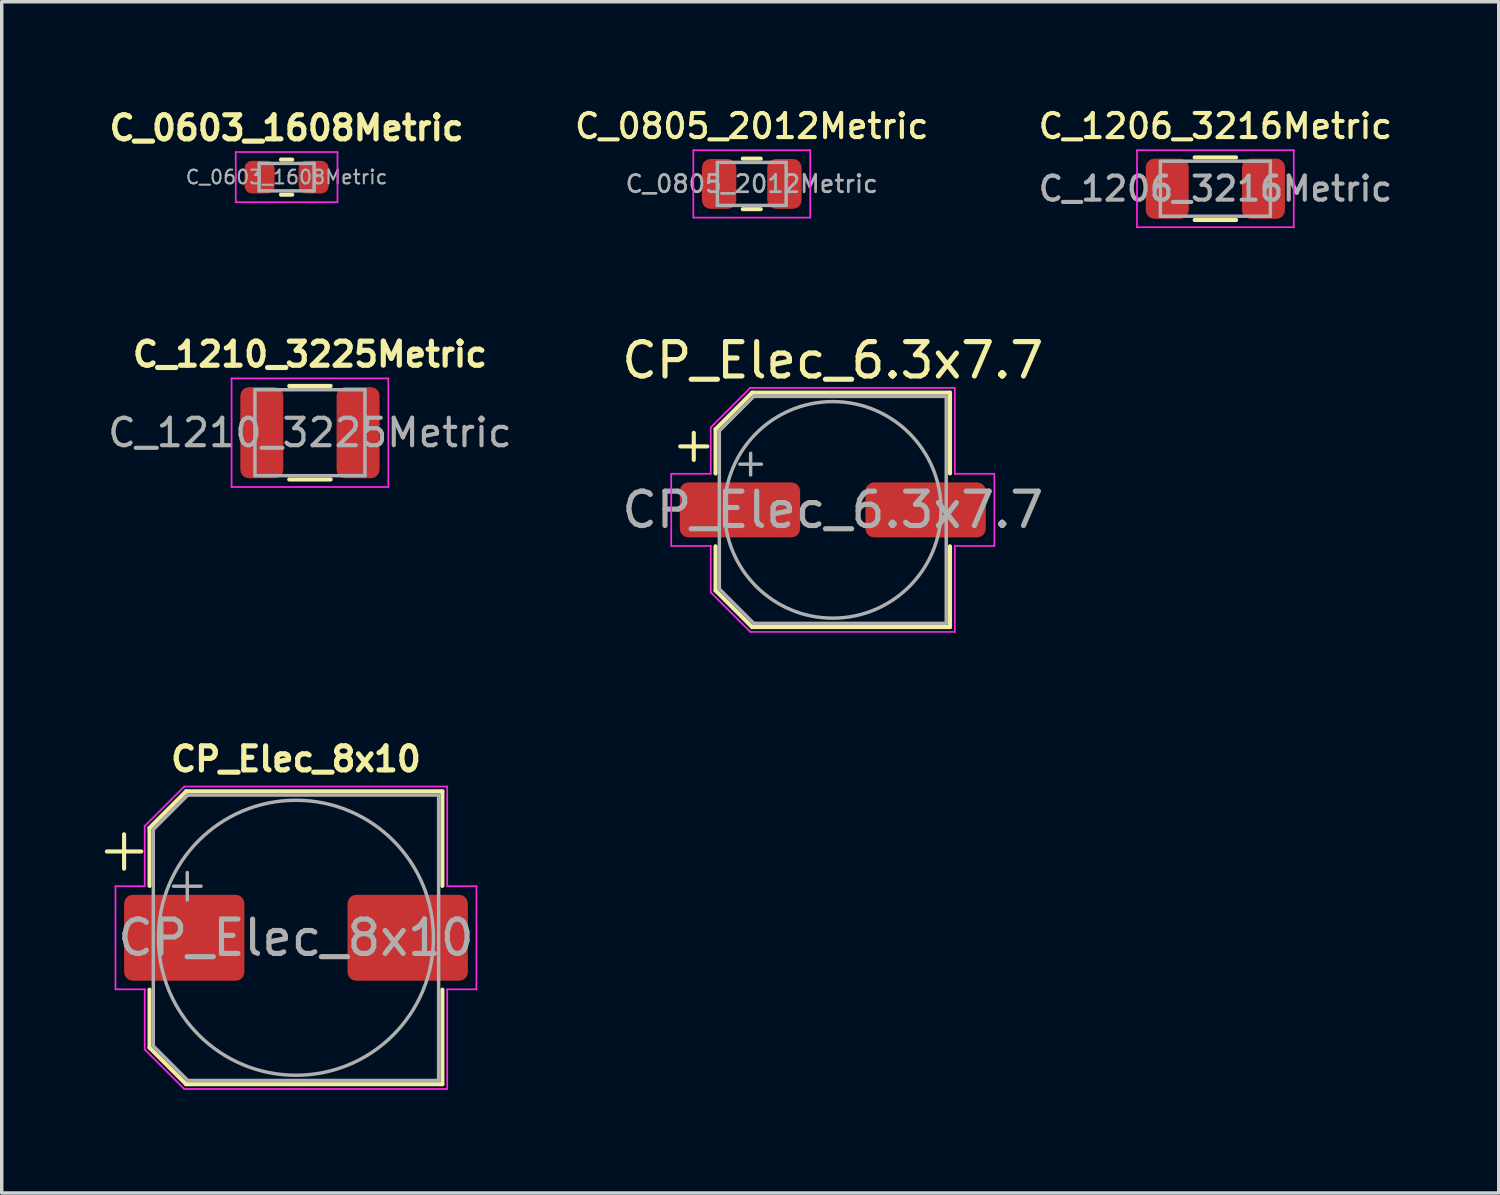
<source format=kicad_pcb>
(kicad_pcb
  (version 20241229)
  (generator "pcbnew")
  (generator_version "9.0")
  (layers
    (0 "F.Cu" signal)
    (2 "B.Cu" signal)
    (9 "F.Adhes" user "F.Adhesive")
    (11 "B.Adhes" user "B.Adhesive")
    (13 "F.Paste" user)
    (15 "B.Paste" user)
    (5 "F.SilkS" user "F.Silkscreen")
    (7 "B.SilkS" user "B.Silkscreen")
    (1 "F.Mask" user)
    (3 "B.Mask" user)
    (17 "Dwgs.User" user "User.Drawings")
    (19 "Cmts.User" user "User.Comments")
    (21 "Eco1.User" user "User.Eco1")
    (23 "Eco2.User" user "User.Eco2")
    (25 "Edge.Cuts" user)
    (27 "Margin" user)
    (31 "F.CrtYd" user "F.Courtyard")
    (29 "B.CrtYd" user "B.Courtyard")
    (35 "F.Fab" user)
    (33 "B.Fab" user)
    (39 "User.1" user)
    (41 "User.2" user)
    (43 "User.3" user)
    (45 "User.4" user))
  (footprint "C_0603_1608Metric"
    (layer "F.Cu")
    (at 5.288 2.103)
    (property "Reference" "C_0603_1608Metric" (at 0 -1.43 0) (layer "F.SilkS") (effects (font (size 0.7 0.7) (thickness 0.15))))
    (attr smd)
    (fp_line (start -0.163 -0.51) (end 0.163 -0.51) (stroke (width 0.12) (type solid)) (layer "F.SilkS"))
    (fp_line (start -0.163 0.51) (end 0.163 0.51) (stroke (width 0.12) (type solid)) (layer "F.SilkS"))
    (fp_line (start -1.48 -0.73) (end 1.48 -0.73) (stroke (width 0.05) (type solid)) (layer "F.CrtYd"))
    (fp_line (start -1.48 0.73) (end -1.48 -0.73) (stroke (width 0.05) (type solid)) (layer "F.CrtYd"))
    (fp_line (start 1.48 -0.73) (end 1.48 0.73) (stroke (width 0.05) (type solid)) (layer "F.CrtYd"))
    (fp_line (start 1.48 0.73) (end -1.48 0.73) (stroke (width 0.05) (type solid)) (layer "F.CrtYd"))
    (fp_line (start -0.8 -0.4) (end 0.8 -0.4) (stroke (width 0.1) (type solid)) (layer "F.Fab"))
    (fp_line (start -0.8 0.4) (end -0.8 -0.4) (stroke (width 0.1) (type solid)) (layer "F.Fab"))
    (fp_line (start 0.8 -0.4) (end 0.8 0.4) (stroke (width 0.1) (type solid)) (layer "F.Fab"))
    (fp_line (start 0.8 0.4) (end -0.8 0.4) (stroke (width 0.1) (type solid)) (layer "F.Fab"))
    (fp_text user "${REFERENCE}" (at 0 0 0) (layer "F.Fab") (effects (font (size 0.4 0.4) (thickness 0.06))))
    (pad "1" smd roundrect (at -0.787 0) (size 0.875 0.95) (layers "F.Cu" "F.Mask" "F.Paste") (roundrect_rratio 0.25))
    (pad "2" smd roundrect (at 0.787 0) (size 0.875 0.95) (layers "F.Cu" "F.Mask" "F.Paste") (roundrect_rratio 0.25)))
  (footprint "C_1206_3216Metric"
    (layer "F.Cu")
    (at 32.307 2.44)
    (property "Reference" "C_1206_3216Metric" (at 0 -1.82 0) (layer "F.SilkS") (effects (font (size 0.7 0.7) (thickness 0.12))))
    (attr smd)
    (fp_line (start -0.602 -0.91) (end 0.602 -0.91) (stroke (width 0.12) (type solid)) (layer "F.SilkS"))
    (fp_line (start -0.602 0.91) (end 0.602 0.91) (stroke (width 0.12) (type solid)) (layer "F.SilkS"))
    (fp_line (start -2.28 -1.12) (end 2.28 -1.12) (stroke (width 0.05) (type solid)) (layer "F.CrtYd"))
    (fp_line (start -2.28 1.12) (end -2.28 -1.12) (stroke (width 0.05) (type solid)) (layer "F.CrtYd"))
    (fp_line (start 2.28 -1.12) (end 2.28 1.12) (stroke (width 0.05) (type solid)) (layer "F.CrtYd"))
    (fp_line (start 2.28 1.12) (end -2.28 1.12) (stroke (width 0.05) (type solid)) (layer "F.CrtYd"))
    (fp_line (start -1.6 -0.8) (end 1.6 -0.8) (stroke (width 0.1) (type solid)) (layer "F.Fab"))
    (fp_line (start -1.6 0.8) (end -1.6 -0.8) (stroke (width 0.1) (type solid)) (layer "F.Fab"))
    (fp_line (start 1.6 -0.8) (end 1.6 0.8) (stroke (width 0.1) (type solid)) (layer "F.Fab"))
    (fp_line (start 1.6 0.8) (end -1.6 0.8) (stroke (width 0.1) (type solid)) (layer "F.Fab"))
    (fp_text user "${REFERENCE}" (at 0 0 0) (layer "F.Fab") (effects (font (size 0.7 0.7) (thickness 0.12))))
    (pad "1" smd roundrect (at -1.4 0) (size 1.25 1.75) (layers "F.Cu" "F.Mask" "F.Paste") (roundrect_rratio 0.2))
    (pad "2" smd roundrect (at 1.4 0) (size 1.25 1.75) (layers "F.Cu" "F.Mask" "F.Paste") (roundrect_rratio 0.2)))
  (footprint "CP_Elec_6.3x7.7"
    (layer "F.Cu")
    (at 21.177 11.783)
    (property "Reference" "CP_Elec_6.3x7.7" (at 0 -4.35 0) (layer "F.SilkS") (effects (font (size 1 1) (thickness 0.15))))
    (attr smd)
    (fp_line (start -4.438 -1.847) (end -3.65 -1.847) (stroke (width 0.12) (type solid)) (layer "F.SilkS"))
    (fp_line (start -4.044 -2.241) (end -4.044 -1.454) (stroke (width 0.12) (type solid)) (layer "F.SilkS"))
    (fp_line (start -3.41 -2.346) (end -3.41 -1.06) (stroke (width 0.12) (type solid)) (layer "F.SilkS"))
    (fp_line (start -3.41 -2.346) (end -2.346 -3.41) (stroke (width 0.12) (type solid)) (layer "F.SilkS"))
    (fp_line (start -3.41 2.346) (end -3.41 1.06) (stroke (width 0.12) (type solid)) (layer "F.SilkS"))
    (fp_line (start -3.41 2.346) (end -2.346 3.41) (stroke (width 0.12) (type solid)) (layer "F.SilkS"))
    (fp_line (start -2.346 -3.41) (end 3.41 -3.41) (stroke (width 0.12) (type solid)) (layer "F.SilkS"))
    (fp_line (start -2.346 3.41) (end 3.41 3.41) (stroke (width 0.12) (type solid)) (layer "F.SilkS"))
    (fp_line (start 3.41 -3.41) (end 3.41 -1.06) (stroke (width 0.12) (type solid)) (layer "F.SilkS"))
    (fp_line (start 3.41 3.41) (end 3.41 1.06) (stroke (width 0.12) (type solid)) (layer "F.SilkS"))
    (fp_line (start -4.7 -1.05) (end -4.7 1.05) (stroke (width 0.05) (type solid)) (layer "F.CrtYd"))
    (fp_line (start -4.7 1.05) (end -3.55 1.05) (stroke (width 0.05) (type solid)) (layer "F.CrtYd"))
    (fp_line (start -3.55 -2.4) (end -3.55 -1.05) (stroke (width 0.05) (type solid)) (layer "F.CrtYd"))
    (fp_line (start -3.55 -2.4) (end -2.4 -3.55) (stroke (width 0.05) (type solid)) (layer "F.CrtYd"))
    (fp_line (start -3.55 -1.05) (end -4.7 -1.05) (stroke (width 0.05) (type solid)) (layer "F.CrtYd"))
    (fp_line (start -3.55 1.05) (end -3.55 2.4) (stroke (width 0.05) (type solid)) (layer "F.CrtYd"))
    (fp_line (start -3.55 2.4) (end -2.4 3.55) (stroke (width 0.05) (type solid)) (layer "F.CrtYd"))
    (fp_line (start -2.4 -3.55) (end 3.55 -3.55) (stroke (width 0.05) (type solid)) (layer "F.CrtYd"))
    (fp_line (start -2.4 3.55) (end 3.55 3.55) (stroke (width 0.05) (type solid)) (layer "F.CrtYd"))
    (fp_line (start 3.55 -3.55) (end 3.55 -1.05) (stroke (width 0.05) (type solid)) (layer "F.CrtYd"))
    (fp_line (start 3.55 -1.05) (end 4.7 -1.05) (stroke (width 0.05) (type solid)) (layer "F.CrtYd"))
    (fp_line (start 3.55 1.05) (end 3.55 3.55) (stroke (width 0.05) (type solid)) (layer "F.CrtYd"))
    (fp_line (start 4.7 -1.05) (end 4.7 1.05) (stroke (width 0.05) (type solid)) (layer "F.CrtYd"))
    (fp_line (start 4.7 1.05) (end 3.55 1.05) (stroke (width 0.05) (type solid)) (layer "F.CrtYd"))
    (fp_line (start -3.3 -2.3) (end -3.3 2.3) (stroke (width 0.1) (type solid)) (layer "F.Fab"))
    (fp_line (start -3.3 -2.3) (end -2.3 -3.3) (stroke (width 0.1) (type solid)) (layer "F.Fab"))
    (fp_line (start -3.3 2.3) (end -2.3 3.3) (stroke (width 0.1) (type solid)) (layer "F.Fab"))
    (fp_line (start -2.705 -1.33) (end -2.075 -1.33) (stroke (width 0.1) (type solid)) (layer "F.Fab"))
    (fp_line (start -2.39 -1.645) (end -2.39 -1.015) (stroke (width 0.1) (type solid)) (layer "F.Fab"))
    (fp_line (start -2.3 -3.3) (end 3.3 -3.3) (stroke (width 0.1) (type solid)) (layer "F.Fab"))
    (fp_line (start -2.3 3.3) (end 3.3 3.3) (stroke (width 0.1) (type solid)) (layer "F.Fab"))
    (fp_line (start 3.3 -3.3) (end 3.3 3.3) (stroke (width 0.1) (type solid)) (layer "F.Fab"))
    (fp_circle (center 0 0) (end 3.15 0) (stroke (width 0.1) (type solid)) (fill no) (layer "F.Fab"))
    (fp_text user "${REFERENCE}" (at 0 0 0) (layer "F.Fab") (effects (font (size 1 1) (thickness 0.15))))
    (pad "1" smd roundrect (at -2.7 0) (size 3.5 1.6) (layers "F.Cu" "F.Mask" "F.Paste") (roundrect_rratio 0.156))
    (pad "2" smd roundrect (at 2.7 0) (size 3.5 1.6) (layers "F.Cu" "F.Mask" "F.Paste") (roundrect_rratio 0.156)))
  (footprint "CP_Elec_8x10"
    (layer "F.Cu")
    (at 5.56 24.231)
    (property "Reference" "CP_Elec_8x10" (at 0 -5.2 0) (layer "F.SilkS") (effects (font (size 0.7 0.7) (thickness 0.15))))
    (attr smd)
    (fp_line (start -5.5 -2.51) (end -4.5 -2.51) (stroke (width 0.12) (type solid)) (layer "F.SilkS"))
    (fp_line (start -5 -3.01) (end -5 -2.01) (stroke (width 0.12) (type solid)) (layer "F.SilkS"))
    (fp_line (start -4.26 -3.196) (end -4.26 -1.51) (stroke (width 0.12) (type solid)) (layer "F.SilkS"))
    (fp_line (start -4.26 -3.196) (end -3.196 -4.26) (stroke (width 0.12) (type solid)) (layer "F.SilkS"))
    (fp_line (start -4.26 3.196) (end -4.26 1.51) (stroke (width 0.12) (type solid)) (layer "F.SilkS"))
    (fp_line (start -4.26 3.196) (end -3.196 4.26) (stroke (width 0.12) (type solid)) (layer "F.SilkS"))
    (fp_line (start -3.196 -4.26) (end 4.26 -4.26) (stroke (width 0.12) (type solid)) (layer "F.SilkS"))
    (fp_line (start -3.196 4.26) (end 4.26 4.26) (stroke (width 0.12) (type solid)) (layer "F.SilkS"))
    (fp_line (start 4.26 -4.26) (end 4.26 -1.51) (stroke (width 0.12) (type solid)) (layer "F.SilkS"))
    (fp_line (start 4.26 4.26) (end 4.26 1.51) (stroke (width 0.12) (type solid)) (layer "F.SilkS"))
    (fp_line (start -5.25 -1.5) (end -5.25 1.5) (stroke (width 0.05) (type solid)) (layer "F.CrtYd"))
    (fp_line (start -5.25 1.5) (end -4.4 1.5) (stroke (width 0.05) (type solid)) (layer "F.CrtYd"))
    (fp_line (start -4.4 -3.25) (end -4.4 -1.5) (stroke (width 0.05) (type solid)) (layer "F.CrtYd"))
    (fp_line (start -4.4 -3.25) (end -3.25 -4.4) (stroke (width 0.05) (type solid)) (layer "F.CrtYd"))
    (fp_line (start -4.4 -1.5) (end -5.25 -1.5) (stroke (width 0.05) (type solid)) (layer "F.CrtYd"))
    (fp_line (start -4.4 1.5) (end -4.4 3.25) (stroke (width 0.05) (type solid)) (layer "F.CrtYd"))
    (fp_line (start -4.4 3.25) (end -3.25 4.4) (stroke (width 0.05) (type solid)) (layer "F.CrtYd"))
    (fp_line (start -3.25 -4.4) (end 4.4 -4.4) (stroke (width 0.05) (type solid)) (layer "F.CrtYd"))
    (fp_line (start -3.25 4.4) (end 4.4 4.4) (stroke (width 0.05) (type solid)) (layer "F.CrtYd"))
    (fp_line (start 4.4 -4.4) (end 4.4 -1.5) (stroke (width 0.05) (type solid)) (layer "F.CrtYd"))
    (fp_line (start 4.4 -1.5) (end 5.25 -1.5) (stroke (width 0.05) (type solid)) (layer "F.CrtYd"))
    (fp_line (start 4.4 1.5) (end 4.4 4.4) (stroke (width 0.05) (type solid)) (layer "F.CrtYd"))
    (fp_line (start 5.25 -1.5) (end 5.25 1.5) (stroke (width 0.05) (type solid)) (layer "F.CrtYd"))
    (fp_line (start 5.25 1.5) (end 4.4 1.5) (stroke (width 0.05) (type solid)) (layer "F.CrtYd"))
    (fp_line (start -4.15 -3.15) (end -4.15 3.15) (stroke (width 0.1) (type solid)) (layer "F.Fab"))
    (fp_line (start -4.15 -3.15) (end -3.15 -4.15) (stroke (width 0.1) (type solid)) (layer "F.Fab"))
    (fp_line (start -4.15 3.15) (end -3.15 4.15) (stroke (width 0.1) (type solid)) (layer "F.Fab"))
    (fp_line (start -3.562 -1.5) (end -2.762 -1.5) (stroke (width 0.1) (type solid)) (layer "F.Fab"))
    (fp_line (start -3.162 -1.9) (end -3.162 -1.1) (stroke (width 0.1) (type solid)) (layer "F.Fab"))
    (fp_line (start -3.15 -4.15) (end 4.15 -4.15) (stroke (width 0.1) (type solid)) (layer "F.Fab"))
    (fp_line (start -3.15 4.15) (end 4.15 4.15) (stroke (width 0.1) (type solid)) (layer "F.Fab"))
    (fp_line (start 4.15 -4.15) (end 4.15 4.15) (stroke (width 0.1) (type solid)) (layer "F.Fab"))
    (fp_circle (center 0 0) (end 4 0) (stroke (width 0.1) (type solid)) (fill no) (layer "F.Fab"))
    (fp_text user "${REFERENCE}" (at 0 0 0) (layer "F.Fab") (effects (font (size 1 1) (thickness 0.15))))
    (pad "1" smd roundrect (at -3.25 0) (size 3.5 2.5) (layers "F.Cu" "F.Mask" "F.Paste") (roundrect_rratio 0.1))
    (pad "2" smd roundrect (at 3.25 0) (size 3.5 2.5) (layers "F.Cu" "F.Mask" "F.Paste") (roundrect_rratio 0.1)))
  (footprint "C_0805_2012Metric"
    (layer "F.Cu")
    (at 18.82 2.3)
    (property "Reference" "C_0805_2012Metric" (at 0 -1.68 0) (layer "F.SilkS") (effects (font (size 0.7 0.7) (thickness 0.12))))
    (attr smd)
    (fp_line (start -0.261 -0.735) (end 0.261 -0.735) (stroke (width 0.12) (type solid)) (layer "F.SilkS"))
    (fp_line (start -0.261 0.735) (end 0.261 0.735) (stroke (width 0.12) (type solid)) (layer "F.SilkS"))
    (fp_line (start -1.7 -0.98) (end 1.7 -0.98) (stroke (width 0.05) (type solid)) (layer "F.CrtYd"))
    (fp_line (start -1.7 0.98) (end -1.7 -0.98) (stroke (width 0.05) (type solid)) (layer "F.CrtYd"))
    (fp_line (start 1.7 -0.98) (end 1.7 0.98) (stroke (width 0.05) (type solid)) (layer "F.CrtYd"))
    (fp_line (start 1.7 0.98) (end -1.7 0.98) (stroke (width 0.05) (type solid)) (layer "F.CrtYd"))
    (fp_line (start -1 -0.625) (end 1 -0.625) (stroke (width 0.1) (type solid)) (layer "F.Fab"))
    (fp_line (start -1 0.625) (end -1 -0.625) (stroke (width 0.1) (type solid)) (layer "F.Fab"))
    (fp_line (start 1 -0.625) (end 1 0.625) (stroke (width 0.1) (type solid)) (layer "F.Fab"))
    (fp_line (start 1 0.625) (end -1 0.625) (stroke (width 0.1) (type solid)) (layer "F.Fab"))
    (fp_text user "${REFERENCE}" (at 0 0 0) (layer "F.Fab") (effects (font (size 0.5 0.5) (thickness 0.08))))
    (pad "1" smd roundrect (at -0.95 0) (size 1 1.45) (layers "F.Cu" "F.Mask" "F.Paste") (roundrect_rratio 0.25))
    (pad "2" smd roundrect (at 0.95 0) (size 1 1.45) (layers "F.Cu" "F.Mask" "F.Paste") (roundrect_rratio 0.25)))
  (footprint "C_1210_3225Metric"
    (layer "F.Cu")
    (at 5.967 9.538)
    (property "Reference" "C_1210_3225Metric" (at 0 -2.28 0) (layer "F.SilkS") (effects (font (size 0.7 0.7) (thickness 0.15))))
    (attr smd)
    (fp_line (start -0.602 -1.36) (end 0.602 -1.36) (stroke (width 0.12) (type solid)) (layer "F.SilkS"))
    (fp_line (start -0.602 1.36) (end 0.602 1.36) (stroke (width 0.12) (type solid)) (layer "F.SilkS"))
    (fp_line (start -2.28 -1.58) (end 2.28 -1.58) (stroke (width 0.05) (type solid)) (layer "F.CrtYd"))
    (fp_line (start -2.28 1.58) (end -2.28 -1.58) (stroke (width 0.05) (type solid)) (layer "F.CrtYd"))
    (fp_line (start 2.28 -1.58) (end 2.28 1.58) (stroke (width 0.05) (type solid)) (layer "F.CrtYd"))
    (fp_line (start 2.28 1.58) (end -2.28 1.58) (stroke (width 0.05) (type solid)) (layer "F.CrtYd"))
    (fp_line (start -1.6 -1.25) (end 1.6 -1.25) (stroke (width 0.1) (type solid)) (layer "F.Fab"))
    (fp_line (start -1.6 1.25) (end -1.6 -1.25) (stroke (width 0.1) (type solid)) (layer "F.Fab"))
    (fp_line (start 1.6 -1.25) (end 1.6 1.25) (stroke (width 0.1) (type solid)) (layer "F.Fab"))
    (fp_line (start 1.6 1.25) (end -1.6 1.25) (stroke (width 0.1) (type solid)) (layer "F.Fab"))
    (fp_text user "${REFERENCE}" (at 0 0 0) (layer "F.Fab") (effects (font (size 0.8 0.8) (thickness 0.12))))
    (pad "1" smd roundrect (at -1.4 0) (size 1.25 2.65) (layers "F.Cu" "F.Mask" "F.Paste") (roundrect_rratio 0.2))
    (pad "2" smd roundrect (at 1.4 0) (size 1.25 2.65) (layers "F.Cu" "F.Mask" "F.Paste") (roundrect_rratio 0.2)))
  (gr_rect
    (start -3 -3)
    (end 40.55 31.656)
    (stroke (width 0.1) (type default))
    (fill no)
    (layer "Edge.Cuts")))
</source>
